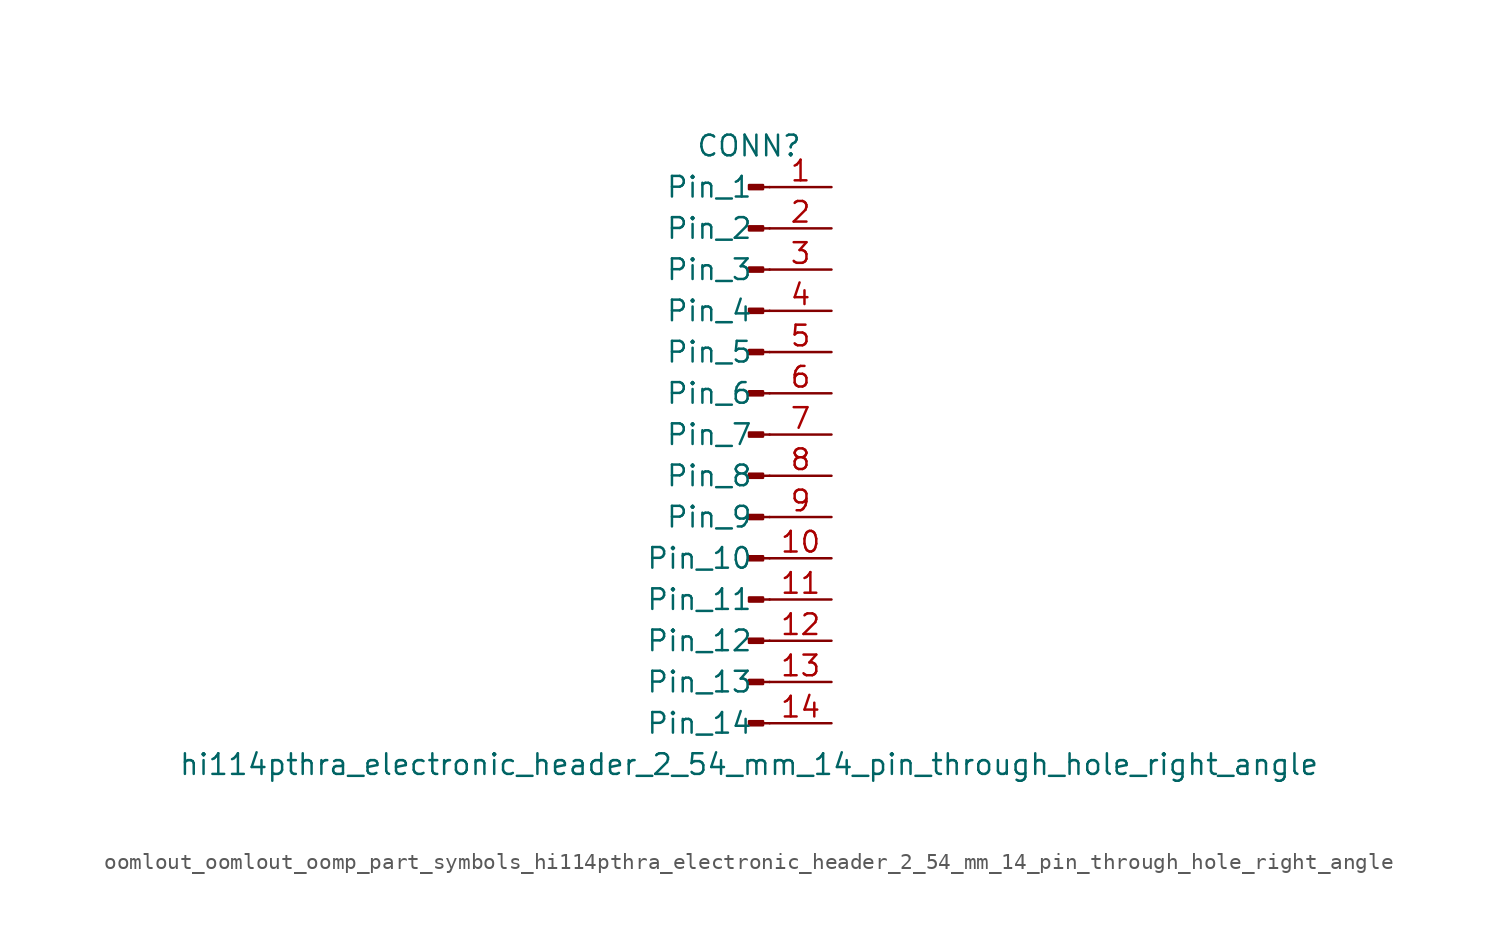
<source format=kicad_sym>
(kicad_symbol_lib
  (version 20220914)
  (generator kicad_symbol_editor)
  (symbol "oomlout_oomlout_oomp_part_symbols_hi114pthra_electronic_header_2_54_mm_14_pin_through_hole_right_angle"
    (pin_names
      (offset 1.016))
    (property "Reference" "CONN"
      (at 0 17.78 0)
      (effects (font (size 1.27 1.27))))
    (property "Value" "hi114pthra_electronic_header_2_54_mm_14_pin_through_hole_right_angle"
      (at 0 -20.32 0)
      (effects (font (size 1.27 1.27))))
    (property "ki_locked" ""
      (at 0 0 0)
      (effects (font (size 1.27 1.27))))
    (symbol "oomlout_oomlout_oomp_part_symbols_hi114pthra_electronic_header_2_54_mm_14_pin_through_hole_right_angle_1_1"
      (polyline (pts (xy 1.27 -17.78) (xy 0.864 -17.78)) (stroke (width 0.152) (type default)) (fill (type none)))
      (polyline (pts (xy 1.27 -15.24) (xy 0.864 -15.24)) (stroke (width 0.152) (type default)) (fill (type none)))
      (polyline (pts (xy 1.27 -12.7) (xy 0.864 -12.7)) (stroke (width 0.152) (type default)) (fill (type none)))
      (polyline (pts (xy 1.27 -10.16) (xy 0.864 -10.16)) (stroke (width 0.152) (type default)) (fill (type none)))
      (polyline (pts (xy 1.27 -7.62) (xy 0.864 -7.62)) (stroke (width 0.152) (type default)) (fill (type none)))
      (polyline (pts (xy 1.27 -5.08) (xy 0.864 -5.08)) (stroke (width 0.152) (type default)) (fill (type none)))
      (polyline (pts (xy 1.27 -2.54) (xy 0.864 -2.54)) (stroke (width 0.152) (type default)) (fill (type none)))
      (polyline (pts (xy 1.27 0) (xy 0.864 0)) (stroke (width 0.152) (type default)) (fill (type none)))
      (polyline (pts (xy 1.27 2.54) (xy 0.864 2.54)) (stroke (width 0.152) (type default)) (fill (type none)))
      (polyline (pts (xy 1.27 5.08) (xy 0.864 5.08)) (stroke (width 0.152) (type default)) (fill (type none)))
      (polyline (pts (xy 1.27 7.62) (xy 0.864 7.62)) (stroke (width 0.152) (type default)) (fill (type none)))
      (polyline (pts (xy 1.27 10.16) (xy 0.864 10.16)) (stroke (width 0.152) (type default)) (fill (type none)))
      (polyline (pts (xy 1.27 12.7) (xy 0.864 12.7)) (stroke (width 0.152) (type default)) (fill (type none)))
      (polyline (pts (xy 1.27 15.24) (xy 0.864 15.24)) (stroke (width 0.152) (type default)) (fill (type none)))
      (rectangle (start 0.864 -17.653) (end 0 -17.907) (stroke (width 0.152) (type default)) (fill (type outline)))
      (rectangle (start 0.864 -15.113) (end 0 -15.367) (stroke (width 0.152) (type default)) (fill (type outline)))
      (rectangle (start 0.864 -12.573) (end 0 -12.827) (stroke (width 0.152) (type default)) (fill (type outline)))
      (rectangle (start 0.864 -10.033) (end 0 -10.287) (stroke (width 0.152) (type default)) (fill (type outline)))
      (rectangle (start 0.864 -7.493) (end 0 -7.747) (stroke (width 0.152) (type default)) (fill (type outline)))
      (rectangle (start 0.864 -4.953) (end 0 -5.207) (stroke (width 0.152) (type default)) (fill (type outline)))
      (rectangle (start 0.864 -2.413) (end 0 -2.667) (stroke (width 0.152) (type default)) (fill (type outline)))
      (rectangle (start 0.864 0.127) (end 0 -0.127) (stroke (width 0.152) (type default)) (fill (type outline)))
      (rectangle (start 0.864 2.667) (end 0 2.413) (stroke (width 0.152) (type default)) (fill (type outline)))
      (rectangle (start 0.864 5.207) (end 0 4.953) (stroke (width 0.152) (type default)) (fill (type outline)))
      (rectangle (start 0.864 7.747) (end 0 7.493) (stroke (width 0.152) (type default)) (fill (type outline)))
      (rectangle (start 0.864 10.287) (end 0 10.033) (stroke (width 0.152) (type default)) (fill (type outline)))
      (rectangle (start 0.864 12.827) (end 0 12.573) (stroke (width 0.152) (type default)) (fill (type outline)))
      (rectangle (start 0.864 15.367) (end 0 15.113) (stroke (width 0.152) (type default)) (fill (type outline)))
      (pin passive line (at 5.08 15.24 180) (length 3.81) (name "Pin_1" (effects (font (size 1.27 1.27)))) (number "1" (effects (font (size 1.27 1.27)))))
      (pin passive line (at 5.08 -7.62 180) (length 3.81) (name "Pin_10" (effects (font (size 1.27 1.27)))) (number "10" (effects (font (size 1.27 1.27)))))
      (pin passive line (at 5.08 -10.16 180) (length 3.81) (name "Pin_11" (effects (font (size 1.27 1.27)))) (number "11" (effects (font (size 1.27 1.27)))))
      (pin passive line (at 5.08 -12.7 180) (length 3.81) (name "Pin_12" (effects (font (size 1.27 1.27)))) (number "12" (effects (font (size 1.27 1.27)))))
      (pin passive line (at 5.08 -15.24 180) (length 3.81) (name "Pin_13" (effects (font (size 1.27 1.27)))) (number "13" (effects (font (size 1.27 1.27)))))
      (pin passive line (at 5.08 -17.78 180) (length 3.81) (name "Pin_14" (effects (font (size 1.27 1.27)))) (number "14" (effects (font (size 1.27 1.27)))))
      (pin passive line (at 5.08 12.7 180) (length 3.81) (name "Pin_2" (effects (font (size 1.27 1.27)))) (number "2" (effects (font (size 1.27 1.27)))))
      (pin passive line (at 5.08 10.16 180) (length 3.81) (name "Pin_3" (effects (font (size 1.27 1.27)))) (number "3" (effects (font (size 1.27 1.27)))))
      (pin passive line (at 5.08 7.62 180) (length 3.81) (name "Pin_4" (effects (font (size 1.27 1.27)))) (number "4" (effects (font (size 1.27 1.27)))))
      (pin passive line (at 5.08 5.08 180) (length 3.81) (name "Pin_5" (effects (font (size 1.27 1.27)))) (number "5" (effects (font (size 1.27 1.27)))))
      (pin passive line (at 5.08 2.54 180) (length 3.81) (name "Pin_6" (effects (font (size 1.27 1.27)))) (number "6" (effects (font (size 1.27 1.27)))))
      (pin passive line (at 5.08 0 180) (length 3.81) (name "Pin_7" (effects (font (size 1.27 1.27)))) (number "7" (effects (font (size 1.27 1.27)))))
      (pin passive line (at 5.08 -2.54 180) (length 3.81) (name "Pin_8" (effects (font (size 1.27 1.27)))) (number "8" (effects (font (size 1.27 1.27)))))
      (pin passive line (at 5.08 -5.08 180) (length 3.81) (name "Pin_9" (effects (font (size 1.27 1.27)))) (number "9" (effects (font (size 1.27 1.27))))))))
</source>
